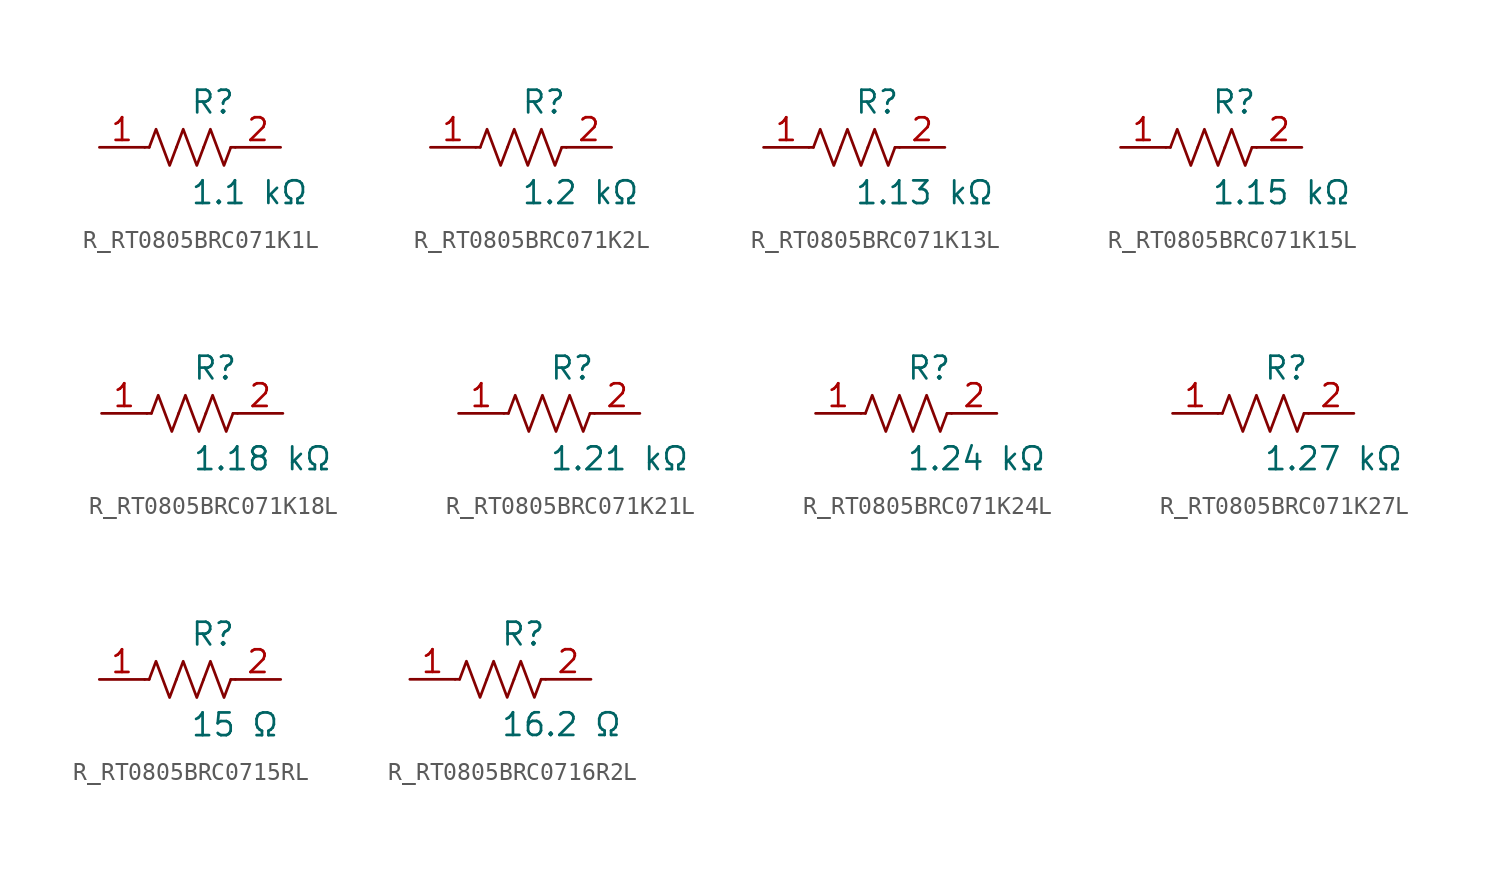
<source format=kicad_sym>
(kicad_symbol_lib
  (version 20231120)
  (generator kicad_symbol_editor)
  (generator_version 8.0)
  (symbol "R_RT0805BRC071K1L"
    (pin_names
      (offset 0.254))
    (property "Reference" "R"
      (at 0.0 2.54 0)
      (effects (font (size 1.27 1.27)) (justify left)))
    (property "Value" "1.1 kΩ"
      (at 0.0 -2.54 0)
      (effects (font (size 1.27 1.27)) (justify left)))
    (symbol "R_RT0805BRC071K1L_0_1"
      (polyline (pts (xy 2.286 0) (xy 2.54 0)) (stroke (width 0) (type default)) (fill (type none)))
      (polyline (pts (xy -2.286 0) (xy -2.54 0)) (stroke (width 0) (type default)) (fill (type none)))
      (polyline (pts (xy 0.762 0) (xy 1.143 1.016) (xy 1.524 0) (xy 1.905 -1.016) (xy 2.286 0)) (stroke (width 0) (type default)) (fill (type none)))
      (polyline (pts (xy -0.762 0) (xy -0.381 1.016) (xy 0 0) (xy 0.381 -1.016) (xy 0.762 0)) (stroke (width 0) (type default)) (fill (type none)))
      (polyline (pts (xy -2.286 0) (xy -1.905 1.016) (xy -1.524 0) (xy -1.143 -1.016) (xy -0.762 0)) (stroke (width 0) (type default)) (fill (type none))))
    (pin unspecified line
      (at -5.08 0 0)
      (length 2.54)
      (name "" (effects (font (size 1.27 1.27))))
      (number "1" (effects (font (size 1.27 1.27)))))
    (pin unspecified line
      (at 5.08 0 180)
      (length 2.54)
      (name "" (effects (font (size 1.27 1.27))))
      (number "2" (effects (font (size 1.27 1.27))))))
  (symbol "R_RT0805BRC071K2L"
    (pin_names
      (offset 0.254))
    (property "Reference" "R"
      (at 0.0 2.54 0)
      (effects (font (size 1.27 1.27)) (justify left)))
    (property "Value" "1.2 kΩ"
      (at 0.0 -2.54 0)
      (effects (font (size 1.27 1.27)) (justify left)))
    (symbol "R_RT0805BRC071K2L_0_1"
      (polyline (pts (xy 2.286 0) (xy 2.54 0)) (stroke (width 0) (type default)) (fill (type none)))
      (polyline (pts (xy -2.286 0) (xy -2.54 0)) (stroke (width 0) (type default)) (fill (type none)))
      (polyline (pts (xy 0.762 0) (xy 1.143 1.016) (xy 1.524 0) (xy 1.905 -1.016) (xy 2.286 0)) (stroke (width 0) (type default)) (fill (type none)))
      (polyline (pts (xy -0.762 0) (xy -0.381 1.016) (xy 0 0) (xy 0.381 -1.016) (xy 0.762 0)) (stroke (width 0) (type default)) (fill (type none)))
      (polyline (pts (xy -2.286 0) (xy -1.905 1.016) (xy -1.524 0) (xy -1.143 -1.016) (xy -0.762 0)) (stroke (width 0) (type default)) (fill (type none))))
    (pin unspecified line
      (at -5.08 0 0)
      (length 2.54)
      (name "" (effects (font (size 1.27 1.27))))
      (number "1" (effects (font (size 1.27 1.27)))))
    (pin unspecified line
      (at 5.08 0 180)
      (length 2.54)
      (name "" (effects (font (size 1.27 1.27))))
      (number "2" (effects (font (size 1.27 1.27))))))
  (symbol "R_RT0805BRC071K13L"
    (pin_names
      (offset 0.254))
    (property "Reference" "R"
      (at 0.0 2.54 0)
      (effects (font (size 1.27 1.27)) (justify left)))
    (property "Value" "1.13 kΩ"
      (at 0.0 -2.54 0)
      (effects (font (size 1.27 1.27)) (justify left)))
    (symbol "R_RT0805BRC071K13L_0_1"
      (polyline (pts (xy 2.286 0) (xy 2.54 0)) (stroke (width 0) (type default)) (fill (type none)))
      (polyline (pts (xy -2.286 0) (xy -2.54 0)) (stroke (width 0) (type default)) (fill (type none)))
      (polyline (pts (xy 0.762 0) (xy 1.143 1.016) (xy 1.524 0) (xy 1.905 -1.016) (xy 2.286 0)) (stroke (width 0) (type default)) (fill (type none)))
      (polyline (pts (xy -0.762 0) (xy -0.381 1.016) (xy 0 0) (xy 0.381 -1.016) (xy 0.762 0)) (stroke (width 0) (type default)) (fill (type none)))
      (polyline (pts (xy -2.286 0) (xy -1.905 1.016) (xy -1.524 0) (xy -1.143 -1.016) (xy -0.762 0)) (stroke (width 0) (type default)) (fill (type none))))
    (pin unspecified line
      (at -5.08 0 0)
      (length 2.54)
      (name "" (effects (font (size 1.27 1.27))))
      (number "1" (effects (font (size 1.27 1.27)))))
    (pin unspecified line
      (at 5.08 0 180)
      (length 2.54)
      (name "" (effects (font (size 1.27 1.27))))
      (number "2" (effects (font (size 1.27 1.27))))))
  (symbol "R_RT0805BRC071K15L"
    (pin_names
      (offset 0.254))
    (property "Reference" "R"
      (at 0.0 2.54 0)
      (effects (font (size 1.27 1.27)) (justify left)))
    (property "Value" "1.15 kΩ"
      (at 0.0 -2.54 0)
      (effects (font (size 1.27 1.27)) (justify left)))
    (symbol "R_RT0805BRC071K15L_0_1"
      (polyline (pts (xy 2.286 0) (xy 2.54 0)) (stroke (width 0) (type default)) (fill (type none)))
      (polyline (pts (xy -2.286 0) (xy -2.54 0)) (stroke (width 0) (type default)) (fill (type none)))
      (polyline (pts (xy 0.762 0) (xy 1.143 1.016) (xy 1.524 0) (xy 1.905 -1.016) (xy 2.286 0)) (stroke (width 0) (type default)) (fill (type none)))
      (polyline (pts (xy -0.762 0) (xy -0.381 1.016) (xy 0 0) (xy 0.381 -1.016) (xy 0.762 0)) (stroke (width 0) (type default)) (fill (type none)))
      (polyline (pts (xy -2.286 0) (xy -1.905 1.016) (xy -1.524 0) (xy -1.143 -1.016) (xy -0.762 0)) (stroke (width 0) (type default)) (fill (type none))))
    (pin unspecified line
      (at -5.08 0 0)
      (length 2.54)
      (name "" (effects (font (size 1.27 1.27))))
      (number "1" (effects (font (size 1.27 1.27)))))
    (pin unspecified line
      (at 5.08 0 180)
      (length 2.54)
      (name "" (effects (font (size 1.27 1.27))))
      (number "2" (effects (font (size 1.27 1.27))))))
  (symbol "R_RT0805BRC071K18L"
    (pin_names
      (offset 0.254))
    (property "Reference" "R"
      (at 0.0 2.54 0)
      (effects (font (size 1.27 1.27)) (justify left)))
    (property "Value" "1.18 kΩ"
      (at 0.0 -2.54 0)
      (effects (font (size 1.27 1.27)) (justify left)))
    (symbol "R_RT0805BRC071K18L_0_1"
      (polyline (pts (xy 2.286 0) (xy 2.54 0)) (stroke (width 0) (type default)) (fill (type none)))
      (polyline (pts (xy -2.286 0) (xy -2.54 0)) (stroke (width 0) (type default)) (fill (type none)))
      (polyline (pts (xy 0.762 0) (xy 1.143 1.016) (xy 1.524 0) (xy 1.905 -1.016) (xy 2.286 0)) (stroke (width 0) (type default)) (fill (type none)))
      (polyline (pts (xy -0.762 0) (xy -0.381 1.016) (xy 0 0) (xy 0.381 -1.016) (xy 0.762 0)) (stroke (width 0) (type default)) (fill (type none)))
      (polyline (pts (xy -2.286 0) (xy -1.905 1.016) (xy -1.524 0) (xy -1.143 -1.016) (xy -0.762 0)) (stroke (width 0) (type default)) (fill (type none))))
    (pin unspecified line
      (at -5.08 0 0)
      (length 2.54)
      (name "" (effects (font (size 1.27 1.27))))
      (number "1" (effects (font (size 1.27 1.27)))))
    (pin unspecified line
      (at 5.08 0 180)
      (length 2.54)
      (name "" (effects (font (size 1.27 1.27))))
      (number "2" (effects (font (size 1.27 1.27))))))
  (symbol "R_RT0805BRC071K21L"
    (pin_names
      (offset 0.254))
    (property "Reference" "R"
      (at 0.0 2.54 0)
      (effects (font (size 1.27 1.27)) (justify left)))
    (property "Value" "1.21 kΩ"
      (at 0.0 -2.54 0)
      (effects (font (size 1.27 1.27)) (justify left)))
    (symbol "R_RT0805BRC071K21L_0_1"
      (polyline (pts (xy 2.286 0) (xy 2.54 0)) (stroke (width 0) (type default)) (fill (type none)))
      (polyline (pts (xy -2.286 0) (xy -2.54 0)) (stroke (width 0) (type default)) (fill (type none)))
      (polyline (pts (xy 0.762 0) (xy 1.143 1.016) (xy 1.524 0) (xy 1.905 -1.016) (xy 2.286 0)) (stroke (width 0) (type default)) (fill (type none)))
      (polyline (pts (xy -0.762 0) (xy -0.381 1.016) (xy 0 0) (xy 0.381 -1.016) (xy 0.762 0)) (stroke (width 0) (type default)) (fill (type none)))
      (polyline (pts (xy -2.286 0) (xy -1.905 1.016) (xy -1.524 0) (xy -1.143 -1.016) (xy -0.762 0)) (stroke (width 0) (type default)) (fill (type none))))
    (pin unspecified line
      (at -5.08 0 0)
      (length 2.54)
      (name "" (effects (font (size 1.27 1.27))))
      (number "1" (effects (font (size 1.27 1.27)))))
    (pin unspecified line
      (at 5.08 0 180)
      (length 2.54)
      (name "" (effects (font (size 1.27 1.27))))
      (number "2" (effects (font (size 1.27 1.27))))))
  (symbol "R_RT0805BRC071K24L"
    (pin_names
      (offset 0.254))
    (property "Reference" "R"
      (at 0.0 2.54 0)
      (effects (font (size 1.27 1.27)) (justify left)))
    (property "Value" "1.24 kΩ"
      (at 0.0 -2.54 0)
      (effects (font (size 1.27 1.27)) (justify left)))
    (symbol "R_RT0805BRC071K24L_0_1"
      (polyline (pts (xy 2.286 0) (xy 2.54 0)) (stroke (width 0) (type default)) (fill (type none)))
      (polyline (pts (xy -2.286 0) (xy -2.54 0)) (stroke (width 0) (type default)) (fill (type none)))
      (polyline (pts (xy 0.762 0) (xy 1.143 1.016) (xy 1.524 0) (xy 1.905 -1.016) (xy 2.286 0)) (stroke (width 0) (type default)) (fill (type none)))
      (polyline (pts (xy -0.762 0) (xy -0.381 1.016) (xy 0 0) (xy 0.381 -1.016) (xy 0.762 0)) (stroke (width 0) (type default)) (fill (type none)))
      (polyline (pts (xy -2.286 0) (xy -1.905 1.016) (xy -1.524 0) (xy -1.143 -1.016) (xy -0.762 0)) (stroke (width 0) (type default)) (fill (type none))))
    (pin unspecified line
      (at -5.08 0 0)
      (length 2.54)
      (name "" (effects (font (size 1.27 1.27))))
      (number "1" (effects (font (size 1.27 1.27)))))
    (pin unspecified line
      (at 5.08 0 180)
      (length 2.54)
      (name "" (effects (font (size 1.27 1.27))))
      (number "2" (effects (font (size 1.27 1.27))))))
  (symbol "R_RT0805BRC071K27L"
    (pin_names
      (offset 0.254))
    (property "Reference" "R"
      (at 0.0 2.54 0)
      (effects (font (size 1.27 1.27)) (justify left)))
    (property "Value" "1.27 kΩ"
      (at 0.0 -2.54 0)
      (effects (font (size 1.27 1.27)) (justify left)))
    (symbol "R_RT0805BRC071K27L_0_1"
      (polyline (pts (xy 2.286 0) (xy 2.54 0)) (stroke (width 0) (type default)) (fill (type none)))
      (polyline (pts (xy -2.286 0) (xy -2.54 0)) (stroke (width 0) (type default)) (fill (type none)))
      (polyline (pts (xy 0.762 0) (xy 1.143 1.016) (xy 1.524 0) (xy 1.905 -1.016) (xy 2.286 0)) (stroke (width 0) (type default)) (fill (type none)))
      (polyline (pts (xy -0.762 0) (xy -0.381 1.016) (xy 0 0) (xy 0.381 -1.016) (xy 0.762 0)) (stroke (width 0) (type default)) (fill (type none)))
      (polyline (pts (xy -2.286 0) (xy -1.905 1.016) (xy -1.524 0) (xy -1.143 -1.016) (xy -0.762 0)) (stroke (width 0) (type default)) (fill (type none))))
    (pin unspecified line
      (at -5.08 0 0)
      (length 2.54)
      (name "" (effects (font (size 1.27 1.27))))
      (number "1" (effects (font (size 1.27 1.27)))))
    (pin unspecified line
      (at 5.08 0 180)
      (length 2.54)
      (name "" (effects (font (size 1.27 1.27))))
      (number "2" (effects (font (size 1.27 1.27))))))
  (symbol "R_RT0805BRC0715RL"
    (pin_names
      (offset 0.254))
    (property "Reference" "R"
      (at 0.0 2.54 0)
      (effects (font (size 1.27 1.27)) (justify left)))
    (property "Value" "15 Ω"
      (at 0.0 -2.54 0)
      (effects (font (size 1.27 1.27)) (justify left)))
    (symbol "R_RT0805BRC0715RL_0_1"
      (polyline (pts (xy 2.286 0) (xy 2.54 0)) (stroke (width 0) (type default)) (fill (type none)))
      (polyline (pts (xy -2.286 0) (xy -2.54 0)) (stroke (width 0) (type default)) (fill (type none)))
      (polyline (pts (xy 0.762 0) (xy 1.143 1.016) (xy 1.524 0) (xy 1.905 -1.016) (xy 2.286 0)) (stroke (width 0) (type default)) (fill (type none)))
      (polyline (pts (xy -0.762 0) (xy -0.381 1.016) (xy 0 0) (xy 0.381 -1.016) (xy 0.762 0)) (stroke (width 0) (type default)) (fill (type none)))
      (polyline (pts (xy -2.286 0) (xy -1.905 1.016) (xy -1.524 0) (xy -1.143 -1.016) (xy -0.762 0)) (stroke (width 0) (type default)) (fill (type none))))
    (pin unspecified line
      (at -5.08 0 0)
      (length 2.54)
      (name "" (effects (font (size 1.27 1.27))))
      (number "1" (effects (font (size 1.27 1.27)))))
    (pin unspecified line
      (at 5.08 0 180)
      (length 2.54)
      (name "" (effects (font (size 1.27 1.27))))
      (number "2" (effects (font (size 1.27 1.27))))))
  (symbol "R_RT0805BRC0716R2L"
    (pin_names
      (offset 0.254))
    (property "Reference" "R"
      (at 0.0 2.54 0)
      (effects (font (size 1.27 1.27)) (justify left)))
    (property "Value" "16.2 Ω"
      (at 0.0 -2.54 0)
      (effects (font (size 1.27 1.27)) (justify left)))
    (symbol "R_RT0805BRC0716R2L_0_1"
      (polyline (pts (xy 2.286 0) (xy 2.54 0)) (stroke (width 0) (type default)) (fill (type none)))
      (polyline (pts (xy -2.286 0) (xy -2.54 0)) (stroke (width 0) (type default)) (fill (type none)))
      (polyline (pts (xy 0.762 0) (xy 1.143 1.016) (xy 1.524 0) (xy 1.905 -1.016) (xy 2.286 0)) (stroke (width 0) (type default)) (fill (type none)))
      (polyline (pts (xy -0.762 0) (xy -0.381 1.016) (xy 0 0) (xy 0.381 -1.016) (xy 0.762 0)) (stroke (width 0) (type default)) (fill (type none)))
      (polyline (pts (xy -2.286 0) (xy -1.905 1.016) (xy -1.524 0) (xy -1.143 -1.016) (xy -0.762 0)) (stroke (width 0) (type default)) (fill (type none))))
    (pin unspecified line
      (at -5.08 0 0)
      (length 2.54)
      (name "" (effects (font (size 1.27 1.27))))
      (number "1" (effects (font (size 1.27 1.27)))))
    (pin unspecified line
      (at 5.08 0 180)
      (length 2.54)
      (name "" (effects (font (size 1.27 1.27))))
      (number "2" (effects (font (size 1.27 1.27)))))))
</source>
